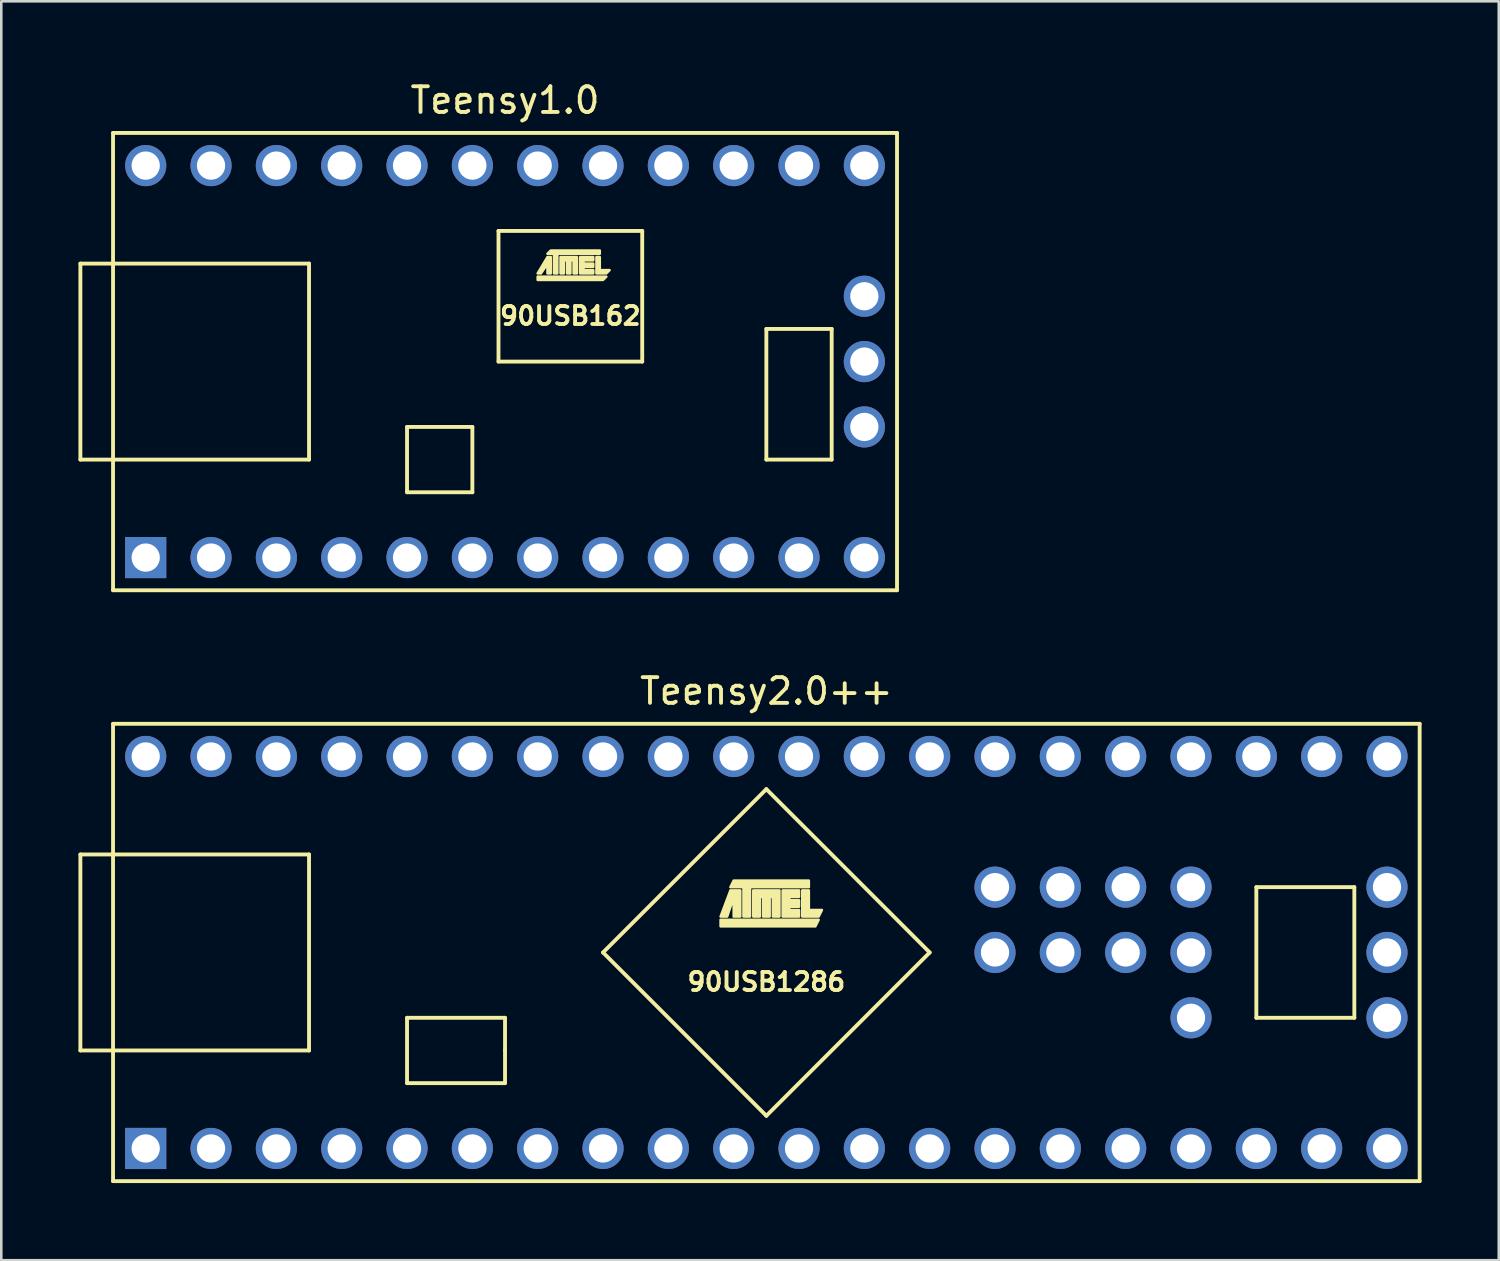
<source format=kicad_pcb>
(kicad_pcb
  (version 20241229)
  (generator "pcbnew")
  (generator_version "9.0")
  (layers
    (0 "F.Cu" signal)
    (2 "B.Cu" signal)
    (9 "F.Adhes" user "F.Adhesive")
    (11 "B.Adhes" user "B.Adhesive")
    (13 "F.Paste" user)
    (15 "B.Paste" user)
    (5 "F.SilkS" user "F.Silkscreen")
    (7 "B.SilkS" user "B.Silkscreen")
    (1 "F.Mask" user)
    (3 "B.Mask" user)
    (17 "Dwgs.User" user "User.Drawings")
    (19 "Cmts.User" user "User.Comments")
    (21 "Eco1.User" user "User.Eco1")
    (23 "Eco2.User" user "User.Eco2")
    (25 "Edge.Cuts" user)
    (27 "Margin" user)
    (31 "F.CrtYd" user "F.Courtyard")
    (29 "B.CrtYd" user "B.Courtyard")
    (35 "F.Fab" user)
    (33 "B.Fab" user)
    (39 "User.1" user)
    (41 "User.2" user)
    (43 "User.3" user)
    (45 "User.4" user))
  (footprint "Teensy1.0"
    (layer "F.Cu")
    (at 16.585 11.008)
    (property "Reference" "Teensy1.0" (at 0 -10.16 0) (layer "F.SilkS") (effects (font (size 1 1) (thickness 0.15))))
    (attr through_hole)
    (fp_line (start -16.51 -3.81) (end -7.62 -3.81) (stroke (width 0.15) (type solid)) (layer "F.SilkS"))
    (fp_line (start -16.51 3.81) (end -16.51 -3.81) (stroke (width 0.15) (type solid)) (layer "F.SilkS"))
    (fp_line (start -15.24 -8.89) (end 15.24 -8.89) (stroke (width 0.15) (type solid)) (layer "F.SilkS"))
    (fp_line (start -15.24 8.89) (end -15.24 -8.89) (stroke (width 0.15) (type solid)) (layer "F.SilkS"))
    (fp_line (start -7.62 -3.81) (end -7.62 3.81) (stroke (width 0.15) (type solid)) (layer "F.SilkS"))
    (fp_line (start -7.62 3.81) (end -16.51 3.81) (stroke (width 0.15) (type solid)) (layer "F.SilkS"))
    (fp_line (start -3.81 2.54) (end -3.81 5.08) (stroke (width 0.15) (type solid)) (layer "F.SilkS"))
    (fp_line (start -3.81 5.08) (end -1.27 5.08) (stroke (width 0.15) (type solid)) (layer "F.SilkS"))
    (fp_line (start -1.27 2.54) (end -3.81 2.54) (stroke (width 0.15) (type solid)) (layer "F.SilkS"))
    (fp_line (start -1.27 5.08) (end -1.27 2.54) (stroke (width 0.15) (type solid)) (layer "F.SilkS"))
    (fp_line (start -0.254 -5.08) (end -0.254 0) (stroke (width 0.15) (type solid)) (layer "F.SilkS"))
    (fp_line (start -0.254 0) (end 5.334 0) (stroke (width 0.15) (type solid)) (layer "F.SilkS"))
    (fp_line (start 5.334 -5.08) (end -0.254 -5.08) (stroke (width 0.15) (type solid)) (layer "F.SilkS"))
    (fp_line (start 5.334 0) (end 5.334 -5.08) (stroke (width 0.15) (type solid)) (layer "F.SilkS"))
    (fp_line (start 10.16 -1.27) (end 10.16 3.81) (stroke (width 0.15) (type solid)) (layer "F.SilkS"))
    (fp_line (start 10.16 3.81) (end 12.7 3.81) (stroke (width 0.15) (type solid)) (layer "F.SilkS"))
    (fp_line (start 12.7 -1.27) (end 10.16 -1.27) (stroke (width 0.15) (type solid)) (layer "F.SilkS"))
    (fp_line (start 12.7 3.81) (end 12.7 -1.27) (stroke (width 0.15) (type solid)) (layer "F.SilkS"))
    (fp_line (start 15.24 -8.89) (end 15.24 8.89) (stroke (width 0.15) (type solid)) (layer "F.SilkS"))
    (fp_line (start 15.24 8.89) (end -15.24 8.89) (stroke (width 0.15) (type solid)) (layer "F.SilkS"))
    (fp_poly (pts (xy 1.27 -3.302) (xy 3.937 -3.302) (xy 3.81 -3.175) (xy 1.27 -3.175)) (stroke (width 0.1) (type solid)) (fill yes) (layer "F.SilkS"))
    (fp_poly (pts (xy 3.556 -4.064) (xy 3.556 -3.429) (xy 3.937 -3.429) (xy 4.064 -3.556) (xy 3.683 -3.556) (xy 3.683 -4.064)) (stroke (width 0.1) (type solid)) (fill yes) (layer "F.SilkS"))
    (fp_poly (pts (xy 1.778 -3.429) (xy 1.778 -4.064) (xy 1.651 -4.064) (xy 1.27 -3.429) (xy 1.397 -3.429) (xy 1.651 -3.81) (xy 1.651 -3.429)) (stroke (width 0.1) (type solid)) (fill yes) (layer "F.SilkS"))
    (fp_poly (pts (xy 3.683 -4.191) (xy 2.032 -4.191) (xy 2.032 -3.429) (xy 1.905 -3.429) (xy 1.905 -4.191) (xy 1.651 -4.191) (xy 1.778 -4.318) (xy 3.683 -4.318)) (stroke (width 0.1) (type solid)) (fill yes) (layer "F.SilkS"))
    (fp_poly (pts (xy 2.794 -3.429) (xy 2.794 -4.064) (xy 2.159 -4.064) (xy 2.159 -3.429) (xy 2.286 -3.429) (xy 2.286 -3.937) (xy 2.413 -3.937) (xy 2.413 -3.429) (xy 2.54 -3.429) (xy 2.54 -3.937) (xy 2.667 -3.937) (xy 2.667 -3.429)) (stroke (width 0.1) (type solid)) (fill yes) (layer "F.SilkS"))
    (fp_poly (pts (xy 2.921 -4.064) (xy 3.429 -4.064) (xy 3.429 -3.937) (xy 3.048 -3.937) (xy 3.048 -3.81) (xy 3.429 -3.81) (xy 3.429 -3.683) (xy 3.048 -3.683) (xy 3.048 -3.556) (xy 3.429 -3.556) (xy 3.429 -3.429) (xy 2.921 -3.429)) (stroke (width 0.1) (type solid)) (fill yes) (layer "F.SilkS"))
    (fp_text user "90USB162" (at 2.54 -1.778 0) (layer "F.SilkS") (effects (font (size 0.7 0.7) (thickness 0.15))))
    (pad "1" thru_hole rect (at -13.97 7.62) (size 1.6 1.6) (drill 1.1) (layers "*.Cu" "*.Mask"))
    (pad "2" thru_hole circle (at -11.43 7.62) (size 1.6 1.6) (drill 1.1) (layers "*.Cu" "*.Mask"))
    (pad "3" thru_hole circle (at -8.89 7.62) (size 1.6 1.6) (drill 1.1) (layers "*.Cu" "*.Mask"))
    (pad "4" thru_hole circle (at -6.35 7.62) (size 1.6 1.6) (drill 1.1) (layers "*.Cu" "*.Mask"))
    (pad "5" thru_hole circle (at -3.81 7.62) (size 1.6 1.6) (drill 1.1) (layers "*.Cu" "*.Mask"))
    (pad "6" thru_hole circle (at -1.27 7.62) (size 1.6 1.6) (drill 1.1) (layers "*.Cu" "*.Mask"))
    (pad "7" thru_hole circle (at 1.27 7.62) (size 1.6 1.6) (drill 1.1) (layers "*.Cu" "*.Mask"))
    (pad "8" thru_hole circle (at 3.81 7.62) (size 1.6 1.6) (drill 1.1) (layers "*.Cu" "*.Mask"))
    (pad "9" thru_hole circle (at 6.35 7.62) (size 1.6 1.6) (drill 1.1) (layers "*.Cu" "*.Mask"))
    (pad "10" thru_hole circle (at 8.89 7.62) (size 1.6 1.6) (drill 1.1) (layers "*.Cu" "*.Mask"))
    (pad "11" thru_hole circle (at 11.43 7.62) (size 1.6 1.6) (drill 1.1) (layers "*.Cu" "*.Mask"))
    (pad "12" thru_hole circle (at 13.97 7.62) (size 1.6 1.6) (drill 1.1) (layers "*.Cu" "*.Mask"))
    (pad "13" thru_hole circle (at 13.97 2.54) (size 1.6 1.6) (drill 1.1) (layers "*.Cu" "*.Mask"))
    (pad "14" thru_hole circle (at 13.97 0) (size 1.6 1.6) (drill 1.1) (layers "*.Cu" "*.Mask"))
    (pad "15" thru_hole circle (at 13.97 -2.54) (size 1.6 1.6) (drill 1.1) (layers "*.Cu" "*.Mask"))
    (pad "16" thru_hole circle (at 13.97 -7.62) (size 1.6 1.6) (drill 1.1) (layers "*.Cu" "*.Mask"))
    (pad "17" thru_hole circle (at 11.43 -7.62) (size 1.6 1.6) (drill 1.1) (layers "*.Cu" "*.Mask"))
    (pad "18" thru_hole circle (at 8.89 -7.62) (size 1.6 1.6) (drill 1.1) (layers "*.Cu" "*.Mask"))
    (pad "19" thru_hole circle (at 6.35 -7.62) (size 1.6 1.6) (drill 1.1) (layers "*.Cu" "*.Mask"))
    (pad "20" thru_hole circle (at 3.81 -7.62) (size 1.6 1.6) (drill 1.1) (layers "*.Cu" "*.Mask"))
    (pad "21" thru_hole circle (at 1.27 -7.62) (size 1.6 1.6) (drill 1.1) (layers "*.Cu" "*.Mask"))
    (pad "22" thru_hole circle (at -1.27 -7.62) (size 1.6 1.6) (drill 1.1) (layers "*.Cu" "*.Mask"))
    (pad "23" thru_hole circle (at -3.81 -7.62) (size 1.6 1.6) (drill 1.1) (layers "*.Cu" "*.Mask"))
    (pad "24" thru_hole circle (at -6.35 -7.62) (size 1.6 1.6) (drill 1.1) (layers "*.Cu" "*.Mask"))
    (pad "25" thru_hole circle (at -8.89 -7.62) (size 1.6 1.6) (drill 1.1) (layers "*.Cu" "*.Mask"))
    (pad "26" thru_hole circle (at -11.43 -7.62) (size 1.6 1.6) (drill 1.1) (layers "*.Cu" "*.Mask"))
    (pad "27" thru_hole circle (at -13.97 -7.62) (size 1.6 1.6) (drill 1.1) (layers "*.Cu" "*.Mask")))
  (footprint "Teensy2.0++"
    (layer "F.Cu")
    (at 26.745 33.981)
    (property "Reference" "Teensy2.0++" (at 0 -10.16 0) (layer "F.SilkS") (effects (font (size 1 1) (thickness 0.15))))
    (attr through_hole)
    (fp_line (start -26.67 -3.81) (end -26.67 3.81) (stroke (width 0.15) (type solid)) (layer "F.SilkS"))
    (fp_line (start -25.4 -8.89) (end 25.4 -8.89) (stroke (width 0.15) (type solid)) (layer "F.SilkS"))
    (fp_line (start -25.4 8.89) (end -25.4 -8.89) (stroke (width 0.15) (type solid)) (layer "F.SilkS"))
    (fp_line (start -17.78 -3.81) (end -26.67 -3.81) (stroke (width 0.15) (type solid)) (layer "F.SilkS"))
    (fp_line (start -17.78 3.81) (end -26.67 3.81) (stroke (width 0.15) (type solid)) (layer "F.SilkS"))
    (fp_line (start -17.78 3.81) (end -17.78 -3.81) (stroke (width 0.15) (type solid)) (layer "F.SilkS"))
    (fp_line (start -13.97 2.54) (end -13.97 5.08) (stroke (width 0.15) (type solid)) (layer "F.SilkS"))
    (fp_line (start -13.97 5.08) (end -10.16 5.08) (stroke (width 0.15) (type solid)) (layer "F.SilkS"))
    (fp_line (start -10.16 2.54) (end -13.97 2.54) (stroke (width 0.15) (type solid)) (layer "F.SilkS"))
    (fp_line (start -10.16 3.81) (end -10.16 2.54) (stroke (width 0.15) (type solid)) (layer "F.SilkS"))
    (fp_line (start -10.16 5.08) (end -10.16 3.81) (stroke (width 0.15) (type solid)) (layer "F.SilkS"))
    (fp_line (start -6.35 0) (end 0 -6.35) (stroke (width 0.15) (type solid)) (layer "F.SilkS"))
    (fp_line (start 0 -6.35) (end 6.35 0) (stroke (width 0.15) (type solid)) (layer "F.SilkS"))
    (fp_line (start 0 6.35) (end -6.35 0) (stroke (width 0.15) (type solid)) (layer "F.SilkS"))
    (fp_line (start 6.35 0) (end 0 6.35) (stroke (width 0.15) (type solid)) (layer "F.SilkS"))
    (fp_line (start 19.05 -2.54) (end 22.86 -2.54) (stroke (width 0.15) (type solid)) (layer "F.SilkS"))
    (fp_line (start 19.05 2.54) (end 19.05 -2.54) (stroke (width 0.15) (type solid)) (layer "F.SilkS"))
    (fp_line (start 22.86 -2.54) (end 22.86 2.54) (stroke (width 0.15) (type solid)) (layer "F.SilkS"))
    (fp_line (start 22.86 2.54) (end 19.05 2.54) (stroke (width 0.15) (type solid)) (layer "F.SilkS"))
    (fp_line (start 25.4 -8.89) (end 25.4 8.89) (stroke (width 0.15) (type solid)) (layer "F.SilkS"))
    (fp_line (start 25.4 8.89) (end -25.4 8.89) (stroke (width 0.15) (type solid)) (layer "F.SilkS"))
    (fp_poly (pts (xy -1.778 -1.27) (xy 2.032 -1.27) (xy 1.905 -1.016) (xy -1.778 -1.016)) (stroke (width 0.1) (type solid)) (fill yes) (layer "F.SilkS"))
    (fp_poly (pts (xy 1.397 -2.413) (xy 1.397 -1.397) (xy 2.032 -1.397) (xy 2.159 -1.651) (xy 1.651 -1.651) (xy 1.651 -2.413)) (stroke (width 0.1) (type solid)) (fill yes) (layer "F.SilkS"))
    (fp_poly (pts (xy -1.016 -1.397) (xy -1.016 -2.413) (xy -1.397 -2.413) (xy -1.778 -1.397) (xy -1.524 -1.397) (xy -1.27 -2.159) (xy -1.27 -1.397)) (stroke (width 0.1) (type solid)) (fill yes) (layer "F.SilkS"))
    (fp_poly (pts (xy 1.651 -2.54) (xy -0.635 -2.54) (xy -0.635 -1.397) (xy -0.889 -1.397) (xy -0.889 -2.54) (xy -1.397 -2.54) (xy -1.27 -2.794) (xy 1.651 -2.794)) (stroke (width 0.1) (type solid)) (fill yes) (layer "F.SilkS"))
    (fp_poly (pts (xy 0.508 -1.397) (xy 0.508 -2.413) (xy -0.508 -2.413) (xy -0.508 -1.397) (xy -0.254 -1.397) (xy -0.254 -2.159) (xy -0.127 -2.159) (xy -0.127 -1.397) (xy 0.127 -1.397) (xy 0.127 -2.159) (xy 0.254 -2.159) (xy 0.254 -1.397)) (stroke (width 0.1) (type solid)) (fill yes) (layer "F.SilkS"))
    (fp_poly (pts (xy 0.635 -2.413) (xy 1.27 -2.413) (xy 1.27 -2.159) (xy 0.889 -2.159) (xy 0.889 -2.032) (xy 1.27 -2.032) (xy 1.27 -1.778) (xy 0.889 -1.778) (xy 0.889 -1.651) (xy 1.27 -1.651) (xy 1.27 -1.397) (xy 0.635 -1.397)) (stroke (width 0.1) (type solid)) (fill yes) (layer "F.SilkS"))
    (fp_text user "90USB1286" (at 0 1.143 0) (layer "F.SilkS") (effects (font (size 0.7 0.7) (thickness 0.15))))
    (pad "1" thru_hole rect (at -24.13 7.62) (size 1.6 1.6) (drill 1.1) (layers "*.Cu" "*.Mask"))
    (pad "2" thru_hole circle (at -21.59 7.62) (size 1.6 1.6) (drill 1.1) (layers "*.Cu" "*.Mask"))
    (pad "3" thru_hole circle (at -19.05 7.62) (size 1.6 1.6) (drill 1.1) (layers "*.Cu" "*.Mask"))
    (pad "4" thru_hole circle (at -16.51 7.62) (size 1.6 1.6) (drill 1.1) (layers "*.Cu" "*.Mask"))
    (pad "5" thru_hole circle (at -13.97 7.62) (size 1.6 1.6) (drill 1.1) (layers "*.Cu" "*.Mask"))
    (pad "6" thru_hole circle (at -11.43 7.62) (size 1.6 1.6) (drill 1.1) (layers "*.Cu" "*.Mask"))
    (pad "7" thru_hole circle (at -8.89 7.62) (size 1.6 1.6) (drill 1.1) (layers "*.Cu" "*.Mask"))
    (pad "8" thru_hole circle (at -6.35 7.62) (size 1.6 1.6) (drill 1.1) (layers "*.Cu" "*.Mask"))
    (pad "9" thru_hole circle (at -3.81 7.62) (size 1.6 1.6) (drill 1.1) (layers "*.Cu" "*.Mask"))
    (pad "10" thru_hole circle (at -1.27 7.62) (size 1.6 1.6) (drill 1.1) (layers "*.Cu" "*.Mask"))
    (pad "11" thru_hole circle (at 1.27 7.62) (size 1.6 1.6) (drill 1.1) (layers "*.Cu" "*.Mask"))
    (pad "12" thru_hole circle (at 3.81 7.62) (size 1.6 1.6) (drill 1.1) (layers "*.Cu" "*.Mask"))
    (pad "13" thru_hole circle (at 6.35 7.62) (size 1.6 1.6) (drill 1.1) (layers "*.Cu" "*.Mask"))
    (pad "14" thru_hole circle (at 8.89 7.62) (size 1.6 1.6) (drill 1.1) (layers "*.Cu" "*.Mask"))
    (pad "15" thru_hole circle (at 11.43 7.62) (size 1.6 1.6) (drill 1.1) (layers "*.Cu" "*.Mask"))
    (pad "16" thru_hole circle (at 13.97 7.62) (size 1.6 1.6) (drill 1.1) (layers "*.Cu" "*.Mask"))
    (pad "17" thru_hole circle (at 16.51 7.62) (size 1.6 1.6) (drill 1.1) (layers "*.Cu" "*.Mask"))
    (pad "18" thru_hole circle (at 19.05 7.62) (size 1.6 1.6) (drill 1.1) (layers "*.Cu" "*.Mask"))
    (pad "19" thru_hole circle (at 21.59 7.62) (size 1.6 1.6) (drill 1.1) (layers "*.Cu" "*.Mask"))
    (pad "20" thru_hole circle (at 24.13 7.62) (size 1.6 1.6) (drill 1.1) (layers "*.Cu" "*.Mask"))
    (pad "21" thru_hole circle (at 24.13 2.54) (size 1.6 1.6) (drill 1.1) (layers "*.Cu" "*.Mask"))
    (pad "22" thru_hole circle (at 24.13 0) (size 1.6 1.6) (drill 1.1) (layers "*.Cu" "*.Mask"))
    (pad "23" thru_hole circle (at 24.13 -2.54) (size 1.6 1.6) (drill 1.1) (layers "*.Cu" "*.Mask"))
    (pad "24" thru_hole circle (at 24.13 -7.62) (size 1.6 1.6) (drill 1.1) (layers "*.Cu" "*.Mask"))
    (pad "25" thru_hole circle (at 21.59 -7.62) (size 1.6 1.6) (drill 1.1) (layers "*.Cu" "*.Mask"))
    (pad "26" thru_hole circle (at 19.05 -7.62) (size 1.6 1.6) (drill 1.1) (layers "*.Cu" "*.Mask"))
    (pad "27" thru_hole circle (at 16.51 -7.62) (size 1.6 1.6) (drill 1.1) (layers "*.Cu" "*.Mask"))
    (pad "28" thru_hole circle (at 13.97 -7.62) (size 1.6 1.6) (drill 1.1) (layers "*.Cu" "*.Mask"))
    (pad "29" thru_hole circle (at 11.43 -7.62) (size 1.6 1.6) (drill 1.1) (layers "*.Cu" "*.Mask"))
    (pad "30" thru_hole circle (at 8.89 -7.62) (size 1.6 1.6) (drill 1.1) (layers "*.Cu" "*.Mask"))
    (pad "31" thru_hole circle (at 6.35 -7.62) (size 1.6 1.6) (drill 1.1) (layers "*.Cu" "*.Mask"))
    (pad "32" thru_hole circle (at 3.81 -7.62) (size 1.6 1.6) (drill 1.1) (layers "*.Cu" "*.Mask"))
    (pad "33" thru_hole circle (at 1.27 -7.62) (size 1.6 1.6) (drill 1.1) (layers "*.Cu" "*.Mask"))
    (pad "34" thru_hole circle (at -1.27 -7.62) (size 1.6 1.6) (drill 1.1) (layers "*.Cu" "*.Mask"))
    (pad "35" thru_hole circle (at -3.81 -7.62) (size 1.6 1.6) (drill 1.1) (layers "*.Cu" "*.Mask"))
    (pad "36" thru_hole circle (at -6.35 -7.62) (size 1.6 1.6) (drill 1.1) (layers "*.Cu" "*.Mask"))
    (pad "37" thru_hole circle (at -8.89 -7.62) (size 1.6 1.6) (drill 1.1) (layers "*.Cu" "*.Mask"))
    (pad "38" thru_hole circle (at -11.43 -7.62) (size 1.6 1.6) (drill 1.1) (layers "*.Cu" "*.Mask"))
    (pad "39" thru_hole circle (at -13.97 -7.62) (size 1.6 1.6) (drill 1.1) (layers "*.Cu" "*.Mask"))
    (pad "40" thru_hole circle (at -16.51 -7.62) (size 1.6 1.6) (drill 1.1) (layers "*.Cu" "*.Mask"))
    (pad "41" thru_hole circle (at -19.05 -7.62) (size 1.6 1.6) (drill 1.1) (layers "*.Cu" "*.Mask"))
    (pad "42" thru_hole circle (at -21.59 -7.62) (size 1.6 1.6) (drill 1.1) (layers "*.Cu" "*.Mask"))
    (pad "43" thru_hole circle (at -24.13 -7.62) (size 1.6 1.6) (drill 1.1) (layers "*.Cu" "*.Mask"))
    (pad "44" thru_hole circle (at 8.89 -2.54) (size 1.6 1.6) (drill 1.1) (layers "*.Cu" "*.Mask"))
    (pad "45" thru_hole circle (at 11.43 -2.54) (size 1.6 1.6) (drill 1.1) (layers "*.Cu" "*.Mask"))
    (pad "46" thru_hole circle (at 13.97 -2.54) (size 1.6 1.6) (drill 1.1) (layers "*.Cu" "*.Mask"))
    (pad "47" thru_hole circle (at 16.51 -2.54) (size 1.6 1.6) (drill 1.1) (layers "*.Cu" "*.Mask"))
    (pad "48" thru_hole circle (at 8.89 0) (size 1.6 1.6) (drill 1.1) (layers "*.Cu" "*.Mask"))
    (pad "49" thru_hole circle (at 11.43 0) (size 1.6 1.6) (drill 1.1) (layers "*.Cu" "*.Mask"))
    (pad "50" thru_hole circle (at 13.97 0) (size 1.6 1.6) (drill 1.1) (layers "*.Cu" "*.Mask"))
    (pad "51" thru_hole circle (at 16.51 0) (size 1.6 1.6) (drill 1.1) (layers "*.Cu" "*.Mask"))
    (pad "52" thru_hole circle (at 16.51 2.54) (size 1.6 1.6) (drill 1.1) (layers "*.Cu" "*.Mask")))
  (gr_rect
    (start -3 -3)
    (end 55.22 45.947)
    (stroke (width 0.1) (type default))
    (fill no)
    (layer "Edge.Cuts")))
</source>
